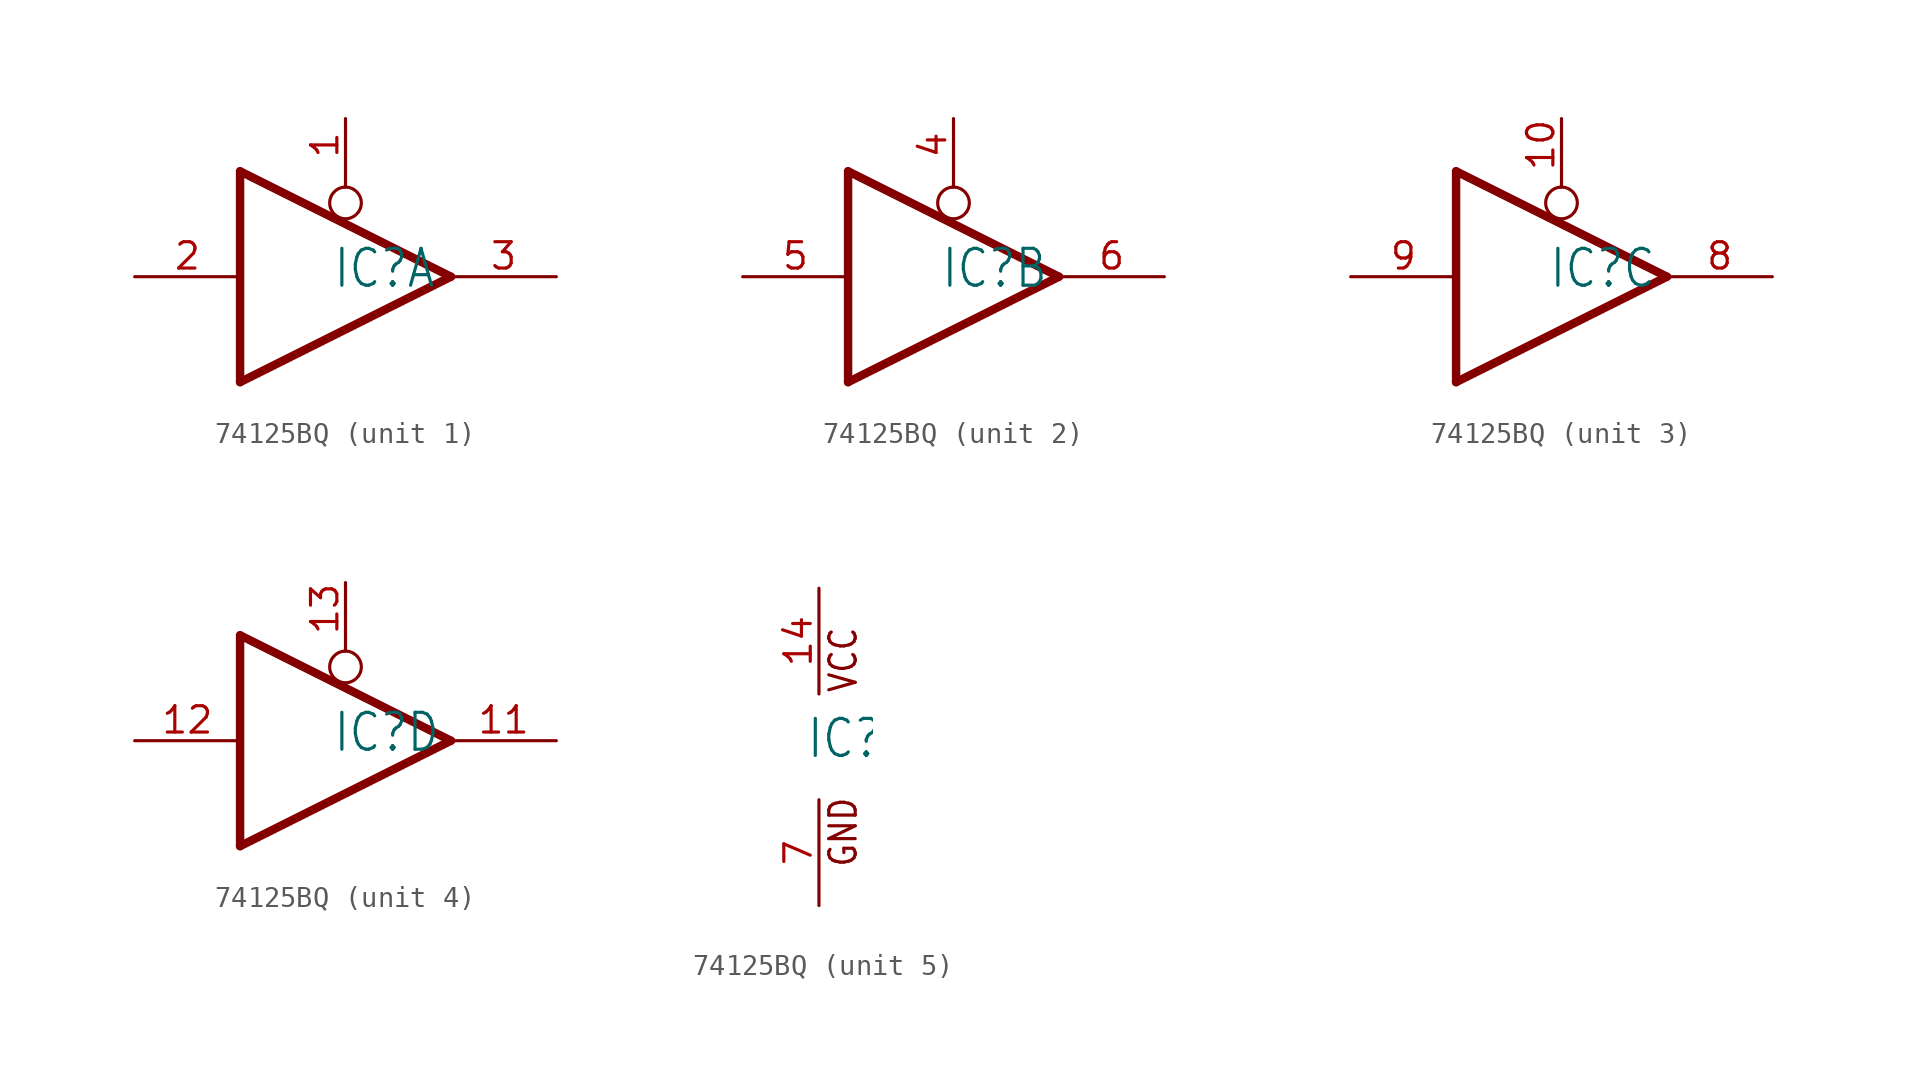
<source format=kicad_sym>
(kicad_symbol_lib
  (version 20231120)
  (generator "kicad_symbol_editor")
  (generator_version "8.99")
  (symbol "74125BQ"
    (property "Reference" "IC"
      (at -0.635 -0.635 0)
      (effects (font (size 1.778 1.511)) (justify left bottom)))
    (property "ki_locked" ""
      (at 0 0 0)
      (effects (font (size 1.27 1.27))))
    (symbol "74125BQ_1_0"
      (polyline (pts (xy -5.08 -5.08) (xy -5.08 5.08)) (stroke (width 0.406) (type solid)) (fill (type none)))
      (polyline (pts (xy 0 4.318) (xy 0 5.08)) (stroke (width 0.152) (type solid)) (fill (type none)))
      (polyline (pts (xy 5.08 0) (xy -5.08 -5.08)) (stroke (width 0.406) (type solid)) (fill (type none)))
      (polyline (pts (xy 5.08 0) (xy -5.08 5.08)) (stroke (width 0.406) (type solid)) (fill (type none)))
      (circle (center 0 3.556) (radius 0.762) (stroke (width 0.152) (type solid)) (fill (type none)))
      (pin input line (at 0 7.62 270) (length 2.54) (name "OE" (effects (font (size 0 0)))) (number "1" (effects (font (size 1.27 1.27)))))
      (pin input line (at -10.16 0 0) (length 5.08) (name "I" (effects (font (size 0 0)))) (number "2" (effects (font (size 1.27 1.27)))))
      (pin tri_state line (at 10.16 0 180) (length 5.08) (name "O" (effects (font (size 0 0)))) (number "3" (effects (font (size 1.27 1.27))))))
    (symbol "74125BQ_2_0"
      (polyline (pts (xy -5.08 -5.08) (xy -5.08 5.08)) (stroke (width 0.406) (type solid)) (fill (type none)))
      (polyline (pts (xy 0 4.318) (xy 0 5.08)) (stroke (width 0.152) (type solid)) (fill (type none)))
      (polyline (pts (xy 5.08 0) (xy -5.08 -5.08)) (stroke (width 0.406) (type solid)) (fill (type none)))
      (polyline (pts (xy 5.08 0) (xy -5.08 5.08)) (stroke (width 0.406) (type solid)) (fill (type none)))
      (circle (center 0 3.556) (radius 0.762) (stroke (width 0.152) (type solid)) (fill (type none)))
      (pin input line (at 0 7.62 270) (length 2.54) (name "OE" (effects (font (size 0 0)))) (number "4" (effects (font (size 1.27 1.27)))))
      (pin input line (at -10.16 0 0) (length 5.08) (name "I" (effects (font (size 0 0)))) (number "5" (effects (font (size 1.27 1.27)))))
      (pin tri_state line (at 10.16 0 180) (length 5.08) (name "O" (effects (font (size 0 0)))) (number "6" (effects (font (size 1.27 1.27))))))
    (symbol "74125BQ_3_0"
      (polyline (pts (xy -5.08 -5.08) (xy -5.08 5.08)) (stroke (width 0.406) (type solid)) (fill (type none)))
      (polyline (pts (xy 0 4.318) (xy 0 5.08)) (stroke (width 0.152) (type solid)) (fill (type none)))
      (polyline (pts (xy 5.08 0) (xy -5.08 -5.08)) (stroke (width 0.406) (type solid)) (fill (type none)))
      (polyline (pts (xy 5.08 0) (xy -5.08 5.08)) (stroke (width 0.406) (type solid)) (fill (type none)))
      (circle (center 0 3.556) (radius 0.762) (stroke (width 0.152) (type solid)) (fill (type none)))
      (pin input line (at 0 7.62 270) (length 2.54) (name "OE" (effects (font (size 0 0)))) (number "10" (effects (font (size 1.27 1.27)))))
      (pin tri_state line (at 10.16 0 180) (length 5.08) (name "O" (effects (font (size 0 0)))) (number "8" (effects (font (size 1.27 1.27)))))
      (pin input line (at -10.16 0 0) (length 5.08) (name "I" (effects (font (size 0 0)))) (number "9" (effects (font (size 1.27 1.27))))))
    (symbol "74125BQ_4_0"
      (polyline (pts (xy -5.08 -5.08) (xy -5.08 5.08)) (stroke (width 0.406) (type solid)) (fill (type none)))
      (polyline (pts (xy 0 4.318) (xy 0 5.08)) (stroke (width 0.152) (type solid)) (fill (type none)))
      (polyline (pts (xy 5.08 0) (xy -5.08 -5.08)) (stroke (width 0.406) (type solid)) (fill (type none)))
      (polyline (pts (xy 5.08 0) (xy -5.08 5.08)) (stroke (width 0.406) (type solid)) (fill (type none)))
      (circle (center 0 3.556) (radius 0.762) (stroke (width 0.152) (type solid)) (fill (type none)))
      (pin tri_state line (at 10.16 0 180) (length 5.08) (name "O" (effects (font (size 0 0)))) (number "11" (effects (font (size 1.27 1.27)))))
      (pin input line (at -10.16 0 0) (length 5.08) (name "I" (effects (font (size 0 0)))) (number "12" (effects (font (size 1.27 1.27)))))
      (pin input line (at 0 7.62 270) (length 2.54) (name "OE" (effects (font (size 0 0)))) (number "13" (effects (font (size 1.27 1.27))))))
    (symbol "74125BQ_5_0"
      (text "GND" (at 1.905 -5.842 900) (effects (font (size 1.27 1.079)) (justify left bottom)))
      (text "VCC" (at 1.905 2.54 900) (effects (font (size 1.27 1.079)) (justify left bottom)))
      (pin power_in line (at 0 7.62 270) (length 5.08) (name "VCC" (effects (font (size 0 0)))) (number "14" (effects (font (size 1.27 1.27)))))
      (pin power_in line (at 0 -7.62 90) (length 5.08) (name "GND" (effects (font (size 0 0)))) (number "7" (effects (font (size 1.27 1.27))))))))
</source>
